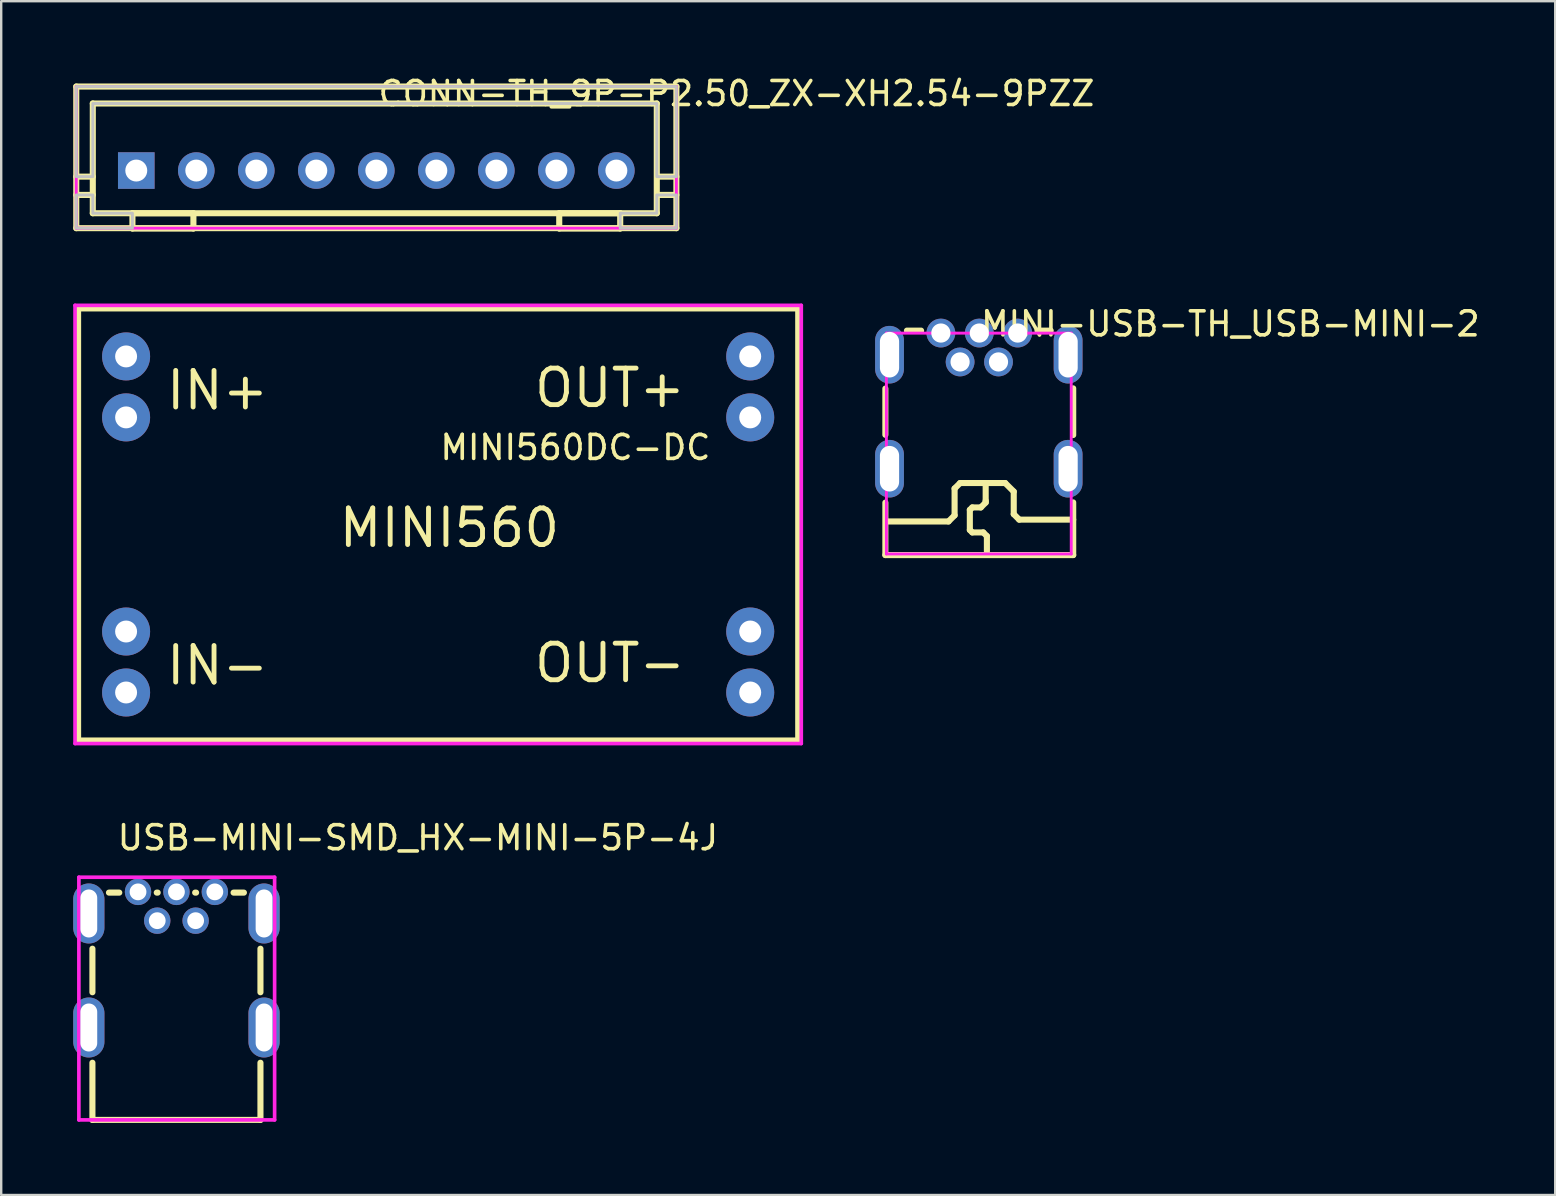
<source format=kicad_pcb>
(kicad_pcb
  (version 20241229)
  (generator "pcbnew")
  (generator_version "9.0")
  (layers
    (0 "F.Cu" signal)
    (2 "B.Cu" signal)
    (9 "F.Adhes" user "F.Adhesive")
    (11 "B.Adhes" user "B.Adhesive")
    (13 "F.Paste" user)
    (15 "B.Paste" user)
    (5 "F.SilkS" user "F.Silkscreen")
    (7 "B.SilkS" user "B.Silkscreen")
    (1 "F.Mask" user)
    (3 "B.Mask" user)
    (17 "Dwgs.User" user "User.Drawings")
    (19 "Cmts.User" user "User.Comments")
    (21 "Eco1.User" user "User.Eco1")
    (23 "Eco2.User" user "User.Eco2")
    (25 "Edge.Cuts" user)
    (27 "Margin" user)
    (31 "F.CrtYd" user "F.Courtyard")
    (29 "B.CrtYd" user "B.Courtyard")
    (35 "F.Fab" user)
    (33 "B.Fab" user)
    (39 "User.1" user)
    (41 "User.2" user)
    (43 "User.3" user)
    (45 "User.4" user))
  (footprint "CONN-TH_9P-P2.50_ZX-XH2.54-9PZZ"
    (layer "F.Cu")
    (at 12.627 4.055)
    (property "Reference" "CONN-TH_9P-P2.50_ZX-XH2.54-9PZZ" (at 0 -3.207 0) (layer "F.SilkS") (effects (font (size 1 1) (thickness 0.15)) (justify left)))
    (attr through_hole)
    (fp_line (start -12.5 -3.5) (end -12.5 2.4) (stroke (width 0.254) (type solid)) (layer "F.SilkS"))
    (fp_line (start -11.811 -2.794) (end 11.684 -2.794) (stroke (width 0.254) (type solid)) (layer "F.SilkS"))
    (fp_line (start -11.811 0.254) (end -12.5 0.254) (stroke (width 0.254) (type solid)) (layer "F.SilkS"))
    (fp_line (start -11.811 1.016) (end -12.5 1.016) (stroke (width 0.254) (type solid)) (layer "F.SilkS"))
    (fp_line (start -11.811 1.778) (end -11.811 -2.794) (stroke (width 0.254) (type solid)) (layer "F.SilkS"))
    (fp_line (start -10.16 1.778) (end -7.62 1.778) (stroke (width 0.254) (type solid)) (layer "F.SilkS"))
    (fp_line (start -10.16 2.413) (end -10.16 1.778) (stroke (width 0.254) (type solid)) (layer "F.SilkS"))
    (fp_line (start -7.62 1.778) (end -7.62 2.413) (stroke (width 0.254) (type solid)) (layer "F.SilkS"))
    (fp_line (start -7.62 2.413) (end -10.16 2.413) (stroke (width 0.254) (type solid)) (layer "F.SilkS"))
    (fp_line (start 7.62 1.778) (end 10.16 1.778) (stroke (width 0.254) (type solid)) (layer "F.SilkS"))
    (fp_line (start 7.62 2.413) (end 7.62 1.778) (stroke (width 0.254) (type solid)) (layer "F.SilkS"))
    (fp_line (start 10.16 1.778) (end 10.16 2.413) (stroke (width 0.254) (type solid)) (layer "F.SilkS"))
    (fp_line (start 10.16 2.413) (end 7.62 2.413) (stroke (width 0.254) (type solid)) (layer "F.SilkS"))
    (fp_line (start 11.684 -2.794) (end 11.684 1.778) (stroke (width 0.254) (type solid)) (layer "F.SilkS"))
    (fp_line (start 11.684 1.778) (end -11.811 1.778) (stroke (width 0.254) (type solid)) (layer "F.SilkS"))
    (fp_line (start 12.5 -3.5) (end -12.5 -3.5) (stroke (width 0.254) (type solid)) (layer "F.SilkS"))
    (fp_line (start 12.5 -3.5) (end 12.5 2.4) (stroke (width 0.254) (type solid)) (layer "F.SilkS"))
    (fp_line (start 12.5 0.254) (end 11.811 0.254) (stroke (width 0.254) (type solid)) (layer "F.SilkS"))
    (fp_line (start 12.5 1.016) (end 11.811 1.016) (stroke (width 0.254) (type solid)) (layer "F.SilkS"))
    (fp_line (start 12.5 2.4) (end -12.5 2.4) (stroke (width 0.254) (type solid)) (layer "F.SilkS"))
    (fp_poly (pts (xy -11.811 1.016) (xy -12.5 1.016) (xy -12.5 2.4) (xy -10.16 2.4) (xy -10.16 1.778) (xy -11.811 1.778)) (stroke (width 0.12) (type solid)) (fill no) (layer "Dwgs.User"))
    (fp_poly (pts (xy 12.5 1.016) (xy 11.684 1.016) (xy 11.684 1.778) (xy 10.16 1.778) (xy 10.16 2.4) (xy 12.5 2.4)) (stroke (width 0.12) (type solid)) (fill no) (layer "Dwgs.User"))
    (fp_poly (pts (xy 12.5 0.254) (xy 11.684 0.254) (xy 11.684 -2.794) (xy -11.811 -2.794) (xy -11.811 0.254) (xy -12.5 0.254) (xy -12.5 -3.5) (xy 12.5 -3.5)) (stroke (width 0.12) (type solid)) (fill no) (layer "Dwgs.User"))
    (fp_circle (center -12.5 2.4) (end -12.47 2.4) (stroke (width 0.06) (type solid)) (fill no) (layer "Eco2.User"))
    (fp_poly (pts (xy -10.25 -0.25) (xy -9.75 -0.25) (xy -9.75 0.25) (xy -10.25 0.25)) (stroke (width 0.12) (type solid)) (fill no) (layer "Eco2.User"))
    (fp_poly (pts (xy -7.75 -0.25) (xy -7.25 -0.25) (xy -7.25 0.25) (xy -7.75 0.25)) (stroke (width 0.12) (type solid)) (fill no) (layer "Eco2.User"))
    (fp_poly (pts (xy -5.25 -0.25) (xy -4.75 -0.25) (xy -4.75 0.25) (xy -5.25 0.25)) (stroke (width 0.12) (type solid)) (fill no) (layer "Eco2.User"))
    (fp_poly (pts (xy -2.75 -0.25) (xy -2.25 -0.25) (xy -2.25 0.25) (xy -2.75 0.25)) (stroke (width 0.12) (type solid)) (fill no) (layer "Eco2.User"))
    (fp_poly (pts (xy -0.25 -0.25) (xy 0.25 -0.25) (xy 0.25 0.25) (xy -0.25 0.25)) (stroke (width 0.12) (type solid)) (fill no) (layer "Eco2.User"))
    (fp_poly (pts (xy 2.25 -0.25) (xy 2.75 -0.25) (xy 2.75 0.25) (xy 2.25 0.25)) (stroke (width 0.12) (type solid)) (fill no) (layer "Eco2.User"))
    (fp_poly (pts (xy 4.75 -0.25) (xy 5.25 -0.25) (xy 5.25 0.25) (xy 4.75 0.25)) (stroke (width 0.12) (type solid)) (fill no) (layer "Eco2.User"))
    (fp_poly (pts (xy 7.25 -0.25) (xy 7.75 -0.25) (xy 7.75 0.25) (xy 7.25 0.25)) (stroke (width 0.12) (type solid)) (fill no) (layer "Eco2.User"))
    (fp_poly (pts (xy 9.75 -0.25) (xy 10.25 -0.25) (xy 10.25 0.25) (xy 9.75 0.25)) (stroke (width 0.12) (type solid)) (fill no) (layer "Eco2.User"))
    (fp_line (start -12.5 -3.5) (end 12.5 -3.5) (stroke (width 0.12) (type solid)) (layer "F.CrtYd"))
    (fp_line (start -12.5 2.4) (end -12.5 -3.5) (stroke (width 0.12) (type solid)) (layer "F.CrtYd"))
    (fp_line (start 12.5 -3.5) (end 12.5 2.4) (stroke (width 0.12) (type solid)) (layer "F.CrtYd"))
    (fp_line (start 12.5 2.4) (end -12.5 2.4) (stroke (width 0.12) (type solid)) (layer "F.CrtYd"))
    (pad "1" thru_hole rect (at -10 0) (size 1.524 1.524) (drill 0.914) (layers "*.Cu" "*.Mask"))
    (pad "2" thru_hole circle (at -7.5 0) (size 1.524 1.524) (drill 0.914) (layers "*.Cu" "*.Mask"))
    (pad "3" thru_hole circle (at -5 0) (size 1.524 1.524) (drill 0.914) (layers "*.Cu" "*.Mask"))
    (pad "4" thru_hole circle (at -2.5 0) (size 1.524 1.524) (drill 0.914) (layers "*.Cu" "*.Mask"))
    (pad "5" thru_hole circle (at 0 0) (size 1.524 1.524) (drill 0.914) (layers "*.Cu" "*.Mask"))
    (pad "6" thru_hole circle (at 2.5 0) (size 1.524 1.524) (drill 0.914) (layers "*.Cu" "*.Mask"))
    (pad "7" thru_hole circle (at 5 0) (size 1.524 1.524) (drill 0.914) (layers "*.Cu" "*.Mask"))
    (pad "8" thru_hole circle (at 7.5 0) (size 1.524 1.524) (drill 0.914) (layers "*.Cu" "*.Mask"))
    (pad "9" thru_hole circle (at 10 0) (size 1.524 1.524) (drill 0.914) (layers "*.Cu" "*.Mask")))
  (footprint "MINI560DC-DC"
    (layer "F.Cu")
    (at 15.203 18.798)
    (property "Reference" "MINI560DC-DC" (at 0 -3.207 0) (layer "F.SilkS") (effects (font (size 1 1) (thickness 0.15)) (justify left)))
    (attr through_hole)
    (fp_line (start -15 -9) (end 15 -9) (stroke (width 0.254) (type solid)) (layer "F.SilkS"))
    (fp_line (start -15 9) (end -15 -9) (stroke (width 0.254) (type solid)) (layer "F.SilkS"))
    (fp_line (start 15 -9) (end 15 9) (stroke (width 0.254) (type solid)) (layer "F.SilkS"))
    (fp_line (start 15 9) (end -15 9) (stroke (width 0.254) (type solid)) (layer "F.SilkS"))
    (fp_line (start -15.127 -9.127) (end 15.127 -9.127) (stroke (width 0.152) (type solid)) (layer "F.CrtYd"))
    (fp_line (start -15.127 9.127) (end -15.127 -9.127) (stroke (width 0.152) (type solid)) (layer "F.CrtYd"))
    (fp_line (start 15.127 -9.127) (end 15.127 9.127) (stroke (width 0.152) (type solid)) (layer "F.CrtYd"))
    (fp_line (start 15.127 9.127) (end -15.127 9.127) (stroke (width 0.152) (type solid)) (layer "F.CrtYd"))
    (fp_text user "IN-" (at -11.43 5.872 0) (layer "F.SilkS") (effects (font (size 1.524 1.524) (thickness 0.203)) (justify left)))
    (fp_text user "OUT-" (at 3.902 5.775 0) (layer "F.SilkS") (effects (font (size 1.524 1.524) (thickness 0.203)) (justify left)))
    (fp_text user "OUT+" (at 3.902 -5.685 0) (layer "F.SilkS") (effects (font (size 1.524 1.524) (thickness 0.203)) (justify left)))
    (fp_text user "MINI560" (at -4.237 0.142 0) (layer "F.SilkS") (effects (font (size 1.524 1.524) (thickness 0.203)) (justify left)))
    (fp_text user "IN+" (at -11.43 -5.588 0) (layer "F.SilkS") (effects (font (size 1.524 1.524) (thickness 0.203)) (justify left)))
    (pad "1" thru_hole circle (at -13 -7) (size 2 2) (drill oval 0.914) (layers "*.Cu" "*.Mask"))
    (pad "1" thru_hole circle (at -13 -4.46) (size 2 2) (drill oval 0.914) (layers "*.Cu" "*.Mask"))
    (pad "2" thru_hole circle (at -13 4.46) (size 2 2) (drill oval 0.914) (layers "*.Cu" "*.Mask"))
    (pad "2" thru_hole circle (at -13 7) (size 2 2) (drill oval 0.914) (layers "*.Cu" "*.Mask"))
    (pad "3" thru_hole circle (at 13 4.46) (size 2 2) (drill oval 0.914) (layers "*.Cu" "*.Mask"))
    (pad "3" thru_hole circle (at 13 7) (size 2 2) (drill oval 0.914) (layers "*.Cu" "*.Mask"))
    (pad "4" thru_hole circle (at 13 -7) (size 2 2) (drill oval 0.914) (layers "*.Cu" "*.Mask"))
    (pad "4" thru_hole circle (at 13 -4.46) (size 2 2) (drill oval 0.914) (layers "*.Cu" "*.Mask")))
  (footprint "USB-MINI-SMD_HX-MINI-5P-4J"
    (layer "F.Cu")
    (at 4.3 36.929)
    (property "Reference" "USB-MINI-SMD_HX-MINI-5P-4J" (at -2.54 -5.08 0) (layer "F.SilkS") (effects (font (size 1 1) (thickness 0.15)) (justify left)))
    (attr through_hole)
    (fp_line (start -3.5 1.357) (end -3.5 -0.457) (stroke (width 0.254) (type solid)) (layer "F.SilkS"))
    (fp_line (start -3.5 6.675) (end -3.5 4.293) (stroke (width 0.254) (type solid)) (layer "F.SilkS"))
    (fp_line (start -2.811 -2.794) (end -2.381 -2.794) (stroke (width 0.254) (type solid)) (layer "F.SilkS"))
    (fp_line (start -0.82 -2.794) (end -0.781 -2.794) (stroke (width 0.254) (type solid)) (layer "F.SilkS"))
    (fp_line (start 0.78 -2.794) (end 0.819 -2.794) (stroke (width 0.254) (type solid)) (layer "F.SilkS"))
    (fp_line (start 2.38 -2.794) (end 2.811 -2.794) (stroke (width 0.254) (type solid)) (layer "F.SilkS"))
    (fp_line (start 3.5 1.357) (end 3.5 -0.457) (stroke (width 0.254) (type solid)) (layer "F.SilkS"))
    (fp_line (start 3.5 6.675) (end -3.5 6.675) (stroke (width 0.254) (type solid)) (layer "F.SilkS"))
    (fp_line (start 3.5 6.675) (end 3.5 4.293) (stroke (width 0.254) (type solid)) (layer "F.SilkS"))
    (fp_line (start -4.064 -3.435) (end 4.09 -3.435) (stroke (width 0.152) (type solid)) (layer "F.CrtYd"))
    (fp_line (start -4.064 6.675) (end -4.064 -3.435) (stroke (width 0.152) (type solid)) (layer "F.CrtYd"))
    (fp_line (start 4.09 -3.435) (end 4.09 6.675) (stroke (width 0.152) (type solid)) (layer "F.CrtYd"))
    (fp_line (start 4.09 6.675) (end -4.064 6.675) (stroke (width 0.152) (type solid)) (layer "F.CrtYd"))
    (pad "1" thru_hole circle (at -1.6 -2.825) (size 1.1 1.1) (drill 0.7) (layers "*.Cu" "*.Mask"))
    (pad "2" thru_hole circle (at -0.8 -1.625) (size 1.1 1.1) (drill 0.7) (layers "*.Cu" "*.Mask"))
    (pad "3" thru_hole circle (at 0 -2.825) (size 1.1 1.1) (drill 0.7) (layers "*.Cu" "*.Mask"))
    (pad "4" thru_hole circle (at 0.8 -1.625) (size 1.1 1.1) (drill 0.7) (layers "*.Cu" "*.Mask"))
    (pad "5" thru_hole circle (at 1.6 -2.825) (size 1.1 1.1) (drill 0.7) (layers "*.Cu" "*.Mask"))
    (pad "6" thru_hole oval (at 3.65 -1.925) (size 1.3 2.5) (drill oval 0.7 2) (layers "*.Cu" "*.Mask"))
    (pad "6" thru_hole oval (at 3.65 2.825) (size 1.3 2.5) (drill oval 0.7 2) (layers "*.Cu" "*.Mask"))
    (pad "7" thru_hole oval (at -3.65 -1.925) (size 1.3 2.5) (drill oval 0.7 2) (layers "*.Cu" "*.Mask"))
    (pad "7" thru_hole oval (at -3.65 2.825) (size 1.3 2.5) (drill oval 0.7 2) (layers "*.Cu" "*.Mask")))
  (footprint "MINI-USB-TH_USB-MINI-2"
    (layer "F.Cu")
    (at 37.726 13.65)
    (property "Reference" "MINI-USB-TH_USB-MINI-2" (at 0 -3.207 0) (layer "F.SilkS") (effects (font (size 1 1) (thickness 0.15)) (justify left)))
    (attr through_hole)
    (fp_line (start -3.893 -0.511) (end -3.893 1.413) (stroke (width 0.254) (type solid)) (layer "F.SilkS"))
    (fp_line (start -3.893 4.239) (end -3.893 6.423) (stroke (width 0.254) (type solid)) (layer "F.SilkS"))
    (fp_line (start -3.893 6.423) (end 3.932 6.423) (stroke (width 0.254) (type solid)) (layer "F.SilkS"))
    (fp_line (start -3.854 5.023) (end -1.263 5.023) (stroke (width 0.254) (type solid)) (layer "F.SilkS"))
    (fp_line (start -2.994 -2.927) (end -2.405 -2.927) (stroke (width 0.254) (type solid)) (layer "F.SilkS"))
    (fp_line (start -1.263 5.023) (end -1.009 4.769) (stroke (width 0.254) (type solid)) (layer "F.SilkS"))
    (fp_line (start -1.009 3.651) (end -0.78 3.423) (stroke (width 0.254) (type solid)) (layer "F.SilkS"))
    (fp_line (start -1.009 4.769) (end -1.009 3.651) (stroke (width 0.254) (type solid)) (layer "F.SilkS"))
    (fp_line (start -0.78 3.423) (end 1.099 3.423) (stroke (width 0.254) (type solid)) (layer "F.SilkS"))
    (fp_line (start -0.374 4.54) (end -0.272 4.439) (stroke (width 0.254) (type solid)) (layer "F.SilkS"))
    (fp_line (start -0.374 5.378) (end -0.374 4.54) (stroke (width 0.254) (type solid)) (layer "F.SilkS"))
    (fp_line (start -0.272 4.439) (end 0.083 4.439) (stroke (width 0.254) (type solid)) (layer "F.SilkS"))
    (fp_line (start -0.272 5.48) (end -0.374 5.378) (stroke (width 0.254) (type solid)) (layer "F.SilkS"))
    (fp_line (start 0.083 4.439) (end 0.286 4.235) (stroke (width 0.254) (type solid)) (layer "F.SilkS"))
    (fp_line (start 0.185 5.48) (end -0.272 5.48) (stroke (width 0.254) (type solid)) (layer "F.SilkS"))
    (fp_line (start 0.286 4.159) (end 0.286 3.423) (stroke (width 0.254) (type solid)) (layer "F.SilkS"))
    (fp_line (start 0.286 4.235) (end 0.286 4.159) (stroke (width 0.254) (type solid)) (layer "F.SilkS"))
    (fp_line (start 0.337 5.632) (end 0.185 5.48) (stroke (width 0.254) (type solid)) (layer "F.SilkS"))
    (fp_line (start 0.337 6.267) (end 0.337 5.632) (stroke (width 0.254) (type solid)) (layer "F.SilkS"))
    (fp_line (start 1.099 3.423) (end 1.455 3.778) (stroke (width 0.254) (type solid)) (layer "F.SilkS"))
    (fp_line (start 1.455 3.778) (end 1.455 4.718) (stroke (width 0.254) (type solid)) (layer "F.SilkS"))
    (fp_line (start 1.455 4.718) (end 1.683 4.947) (stroke (width 0.254) (type solid)) (layer "F.SilkS"))
    (fp_line (start 1.683 4.947) (end 3.932 4.947) (stroke (width 0.254) (type solid)) (layer "F.SilkS"))
    (fp_line (start 2.445 -2.927) (end 2.994 -2.927) (stroke (width 0.254) (type solid)) (layer "F.SilkS"))
    (fp_line (start 3.932 -0.521) (end 3.932 1.422) (stroke (width 0.254) (type solid)) (layer "F.SilkS"))
    (fp_line (start 3.932 4.229) (end 3.932 6.423) (stroke (width 0.254) (type solid)) (layer "F.SilkS"))
    (fp_circle (center -4.04 -3.053) (end -4.01 -3.053) (stroke (width 0.06) (type solid)) (fill no) (layer "Eco2.User"))
    (fp_circle (center -1.58 -2.826) (end -1.455 -2.826) (stroke (width 0.25) (type solid)) (fill no) (layer "Eco2.User"))
    (fp_circle (center -0.78 -1.622) (end -0.655 -1.622) (stroke (width 0.25) (type solid)) (fill no) (layer "Eco2.User"))
    (fp_circle (center 0.02 -2.826) (end 0.145 -2.826) (stroke (width 0.25) (type solid)) (fill no) (layer "Eco2.User"))
    (fp_circle (center 0.82 -1.622) (end 0.945 -1.622) (stroke (width 0.25) (type solid)) (fill no) (layer "Eco2.User"))
    (fp_circle (center 1.62 -2.826) (end 1.745 -2.826) (stroke (width 0.25) (type solid)) (fill no) (layer "Eco2.User"))
    (fp_poly (pts (xy -4.07 -1.174) (xy -4.07 -2.674) (xy -3.37 -2.674) (xy -3.37 -1.174)) (stroke (width 0.12) (type solid)) (fill no) (layer "Eco2.User"))
    (fp_poly (pts (xy -4.07 3.576) (xy -4.07 2.076) (xy -3.37 2.076) (xy -3.37 3.576)) (stroke (width 0.12) (type solid)) (fill no) (layer "Eco2.User"))
    (fp_poly (pts (xy 3.37 -1.174) (xy 3.37 -2.674) (xy 4.07 -2.674) (xy 4.07 -1.174)) (stroke (width 0.12) (type solid)) (fill no) (layer "Eco2.User"))
    (fp_poly (pts (xy 3.37 3.576) (xy 3.37 2.076) (xy 4.07 2.076) (xy 4.07 3.576)) (stroke (width 0.12) (type solid)) (fill no) (layer "Eco2.User"))
    (fp_line (start -3.85 -2.822) (end 3.85 -2.822) (stroke (width 0.12) (type solid)) (layer "F.CrtYd"))
    (fp_line (start -3.85 6.378) (end -3.85 -2.822) (stroke (width 0.12) (type solid)) (layer "F.CrtYd"))
    (fp_line (start 3.85 -2.822) (end 3.85 6.378) (stroke (width 0.12) (type solid)) (layer "F.CrtYd"))
    (fp_line (start 3.85 6.378) (end -3.85 6.378) (stroke (width 0.12) (type solid)) (layer "F.CrtYd"))
    (pad "0" thru_hole oval (at -3.72 -1.924 270) (size 2.4 1.2) (drill oval 1.9 0.8) (layers "*.Cu" "*.Mask"))
    (pad "0" thru_hole oval (at -3.72 2.826 270) (size 2.4 1.2) (drill oval 1.9 0.8) (layers "*.Cu" "*.Mask"))
    (pad "0" thru_hole oval (at 3.72 -1.924 270) (size 2.4 1.2) (drill oval 1.9 0.8) (layers "*.Cu" "*.Mask"))
    (pad "0" thru_hole oval (at 3.72 2.826 270) (size 2.4 1.2) (drill oval 1.9 0.8) (layers "*.Cu" "*.Mask"))
    (pad "1" thru_hole circle (at -1.58 -2.826 270) (size 1.2 1.2) (drill 0.8) (layers "*.Cu" "*.Mask"))
    (pad "2" thru_hole circle (at -0.78 -1.622 270) (size 1.2 1.2) (drill 0.8) (layers "*.Cu" "*.Mask"))
    (pad "3" thru_hole circle (at 0.02 -2.826 270) (size 1.2 1.2) (drill 0.8) (layers "*.Cu" "*.Mask"))
    (pad "4" thru_hole circle (at 0.82 -1.622 270) (size 1.2 1.2) (drill 0.8) (layers "*.Cu" "*.Mask"))
    (pad "5" thru_hole circle (at 1.62 -2.826 270) (size 1.2 1.2) (drill 0.8) (layers "*.Cu" "*.Mask")))
  (gr_rect
    (start -3 -3)
    (end 61.738 46.731)
    (stroke (width 0.1) (type default))
    (fill no)
    (layer "Edge.Cuts")))
</source>
